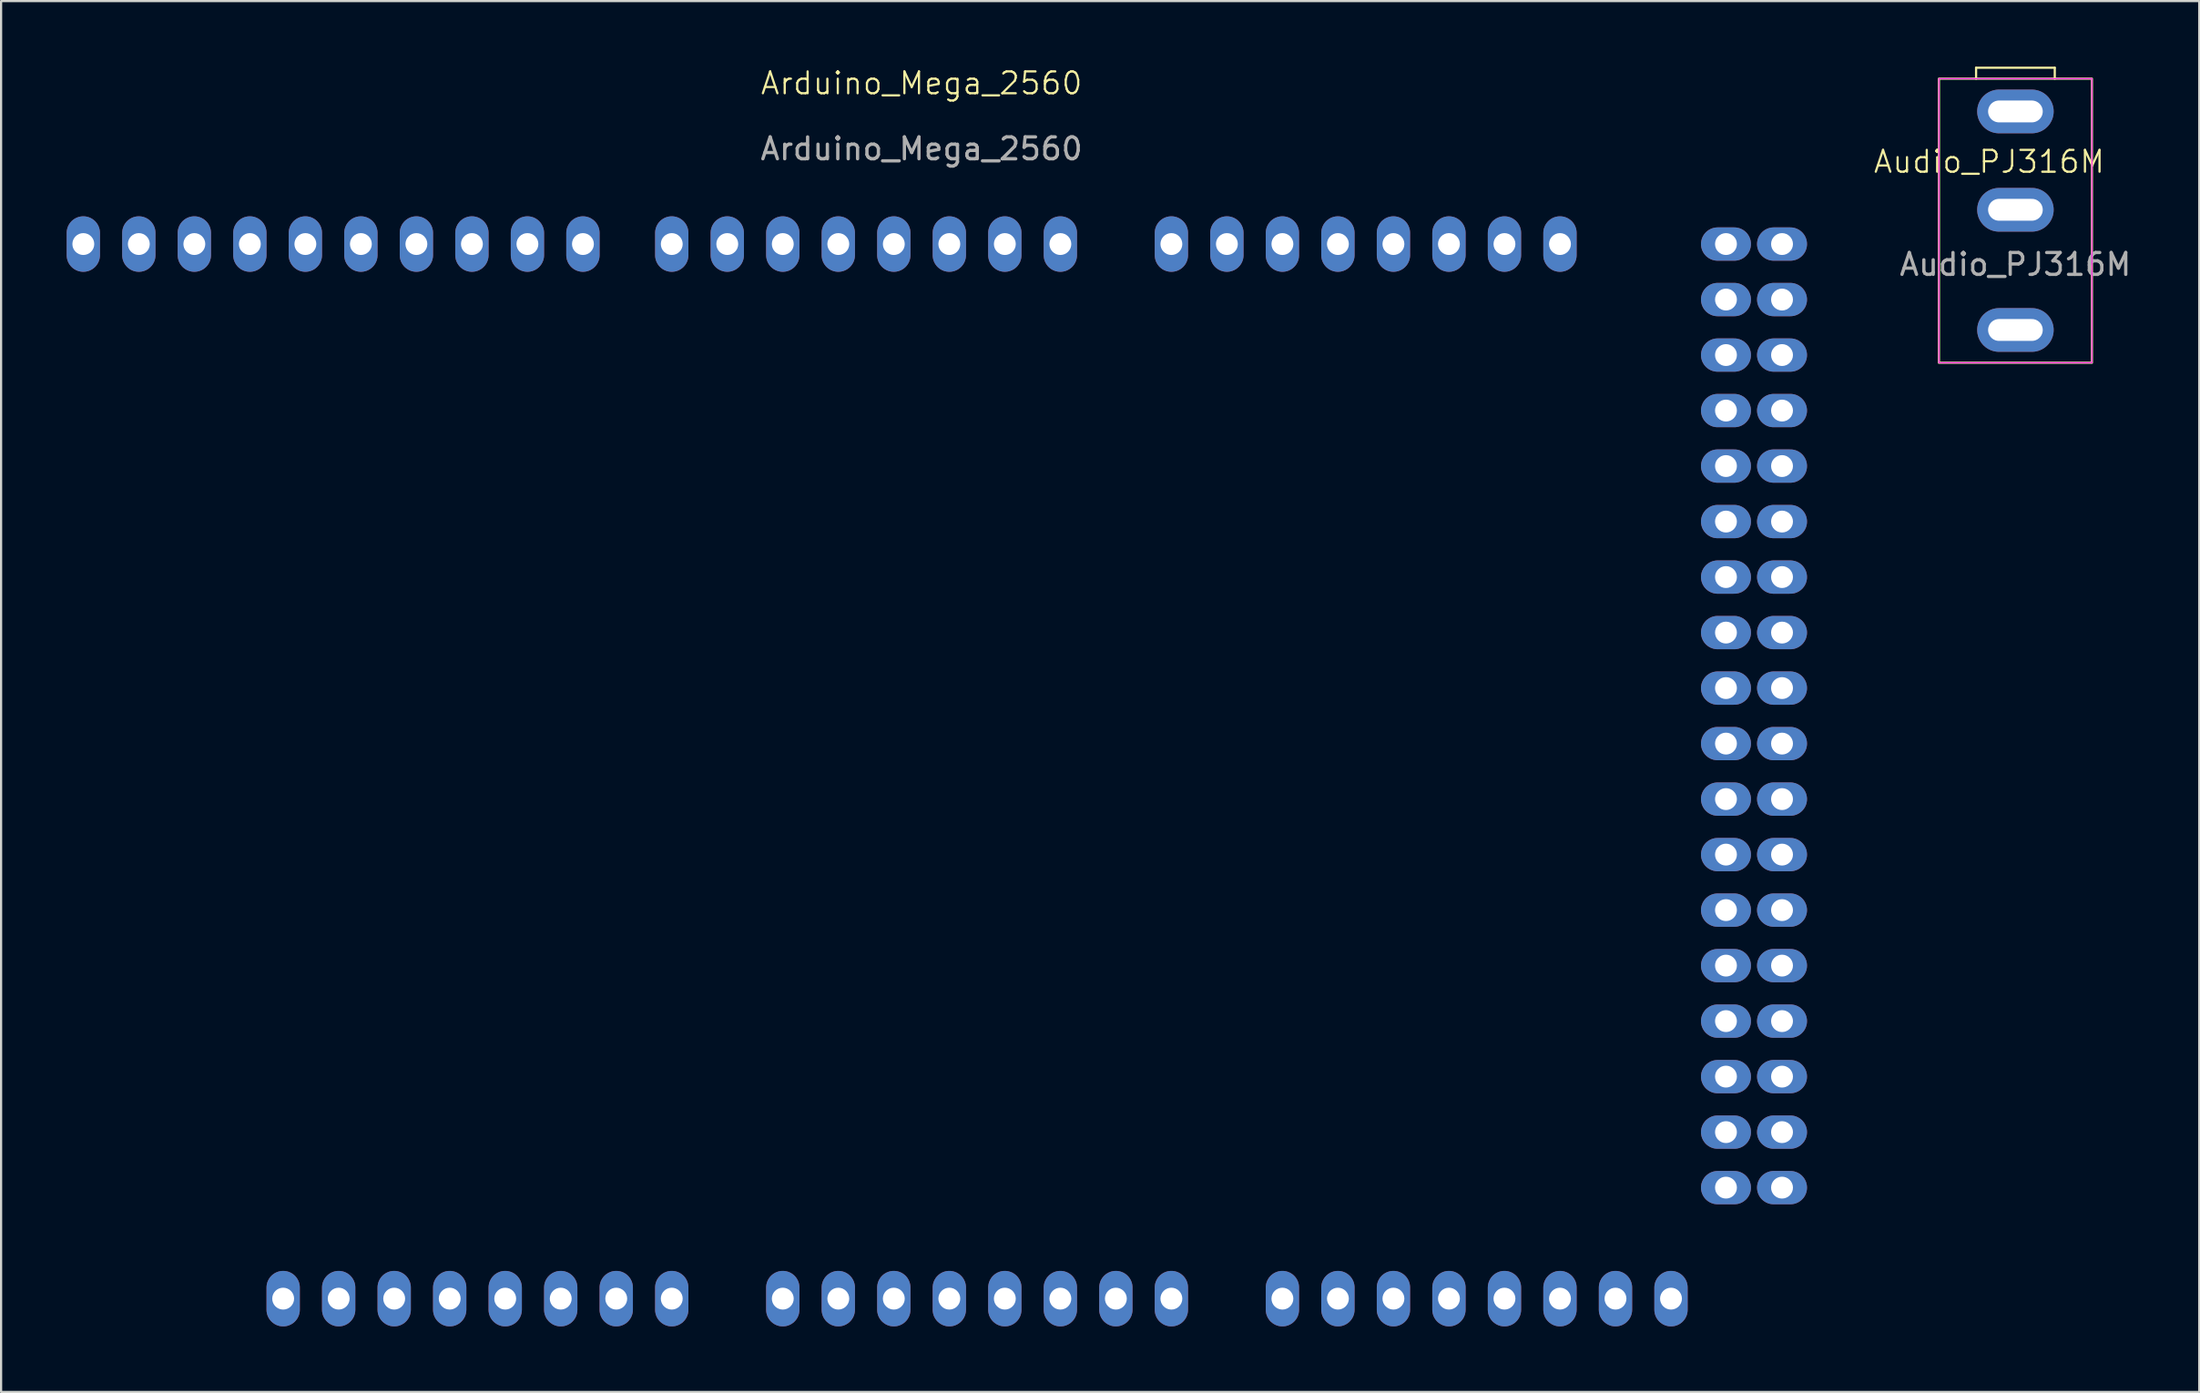
<source format=kicad_pcb>
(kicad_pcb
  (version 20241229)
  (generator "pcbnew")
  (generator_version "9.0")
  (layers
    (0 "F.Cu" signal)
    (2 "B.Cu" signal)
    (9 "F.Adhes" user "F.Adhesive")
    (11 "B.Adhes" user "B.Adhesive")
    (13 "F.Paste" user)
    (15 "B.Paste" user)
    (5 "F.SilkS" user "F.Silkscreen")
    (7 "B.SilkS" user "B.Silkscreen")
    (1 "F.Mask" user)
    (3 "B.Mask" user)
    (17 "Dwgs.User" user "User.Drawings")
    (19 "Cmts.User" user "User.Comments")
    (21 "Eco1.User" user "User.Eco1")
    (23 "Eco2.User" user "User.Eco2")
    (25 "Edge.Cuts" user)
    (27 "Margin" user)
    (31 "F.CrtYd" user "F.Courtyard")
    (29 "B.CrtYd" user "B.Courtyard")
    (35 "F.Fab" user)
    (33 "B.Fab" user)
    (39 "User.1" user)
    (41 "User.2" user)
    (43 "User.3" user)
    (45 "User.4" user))
  (footprint "Audio_PJ316M"
    (layer "F.Cu")
    (at 89.165 6.55)
    (property "Reference" "Audio_PJ316M" (at -1.2 -2.2 0) (unlocked yes) (layer "F.SilkS") (effects (font (size 1 1) (thickness 0.1))))
    (attr through_hole)
    (fp_line (start -1.8 -6.5) (end 1.8 -6.5) (stroke (width 0.1) (type default)) (layer "F.SilkS"))
    (fp_line (start -1.8 -6) (end -1.8 -6.5) (stroke (width 0.1) (type default)) (layer "F.SilkS"))
    (fp_line (start 1.8 -6.5) (end 1.8 -6) (stroke (width 0.1) (type default)) (layer "F.SilkS"))
    (fp_rect (start -3.5 -6) (end 3.5 7) (stroke (width 0.1) (type default)) (fill no) (layer "F.SilkS"))
    (fp_rect (start -3.5 -6) (end 3.5 7) (stroke (width 0.05) (type default)) (fill no) (layer "F.CrtYd"))
    (fp_text user "${REFERENCE}" (at 0 2.5 0) (unlocked yes) (layer "F.Fab") (effects (font (size 1 1) (thickness 0.15))))
    (pad "1" thru_hole oval (at 0 -4.5) (size 3.5 2) (drill oval 2.5 1) (layers "*.Cu" "*.Mask"))
    (pad "2" thru_hole oval (at 0 0) (size 3.5 2) (drill oval 2.5 1) (layers "*.Cu" "*.Mask"))
    (pad "3" thru_hole oval (at 0 5.5) (size 3.5 2) (drill oval 2.5 1) (layers "*.Cu" "*.Mask")))
  (footprint "Arduino_Mega_2560"
    (layer "F.Cu")
    (at 39.116 1.26)
    (property "Reference" "Arduino_Mega_2560" (at 0 -0.5 0) (unlocked yes) (layer "F.SilkS") (effects (font (size 1 1) (thickness 0.1))))
    (attr through_hole)
    (fp_text user "${REFERENCE}" (at 0 2.5 0) (unlocked yes) (layer "F.Fab") (effects (font (size 1 1) (thickness 0.15))))
    (pad "1" thru_hole oval (at -38.354 6.858) (size 1.524 2.54) (drill 1) (layers "*.Cu" "*.Mask"))
    (pad "2" thru_hole oval (at -35.814 6.858) (size 1.524 2.54) (drill 1) (layers "*.Cu" "*.Mask"))
    (pad "3" thru_hole oval (at -33.274 6.858) (size 1.524 2.54) (drill 1) (layers "*.Cu" "*.Mask"))
    (pad "4" thru_hole oval (at -30.734 6.858) (size 1.524 2.54) (drill 1) (layers "*.Cu" "*.Mask"))
    (pad "5" thru_hole oval (at -28.194 6.858) (size 1.524 2.54) (drill 1) (layers "*.Cu" "*.Mask"))
    (pad "6" thru_hole oval (at -25.654 6.858) (size 1.524 2.54) (drill 1) (layers "*.Cu" "*.Mask"))
    (pad "7" thru_hole oval (at -23.114 6.858) (size 1.524 2.54) (drill 1) (layers "*.Cu" "*.Mask"))
    (pad "8" thru_hole oval (at -20.574 6.858) (size 1.524 2.54) (drill 1) (layers "*.Cu" "*.Mask"))
    (pad "9" thru_hole oval (at -18.034 6.858) (size 1.524 2.54) (drill 1) (layers "*.Cu" "*.Mask"))
    (pad "10" thru_hole oval (at -15.494 6.858) (size 1.524 2.54) (drill 1) (layers "*.Cu" "*.Mask"))
    (pad "11" thru_hole oval (at -11.43 6.858) (size 1.524 2.54) (drill 1) (layers "*.Cu" "*.Mask"))
    (pad "12" thru_hole oval (at -8.89 6.858) (size 1.524 2.54) (drill 1) (layers "*.Cu" "*.Mask"))
    (pad "13" thru_hole oval (at -6.35 6.858) (size 1.524 2.54) (drill 1) (layers "*.Cu" "*.Mask"))
    (pad "14" thru_hole oval (at -3.81 6.858) (size 1.524 2.54) (drill 1) (layers "*.Cu" "*.Mask"))
    (pad "15" thru_hole oval (at -1.27 6.858) (size 1.524 2.54) (drill 1) (layers "*.Cu" "*.Mask"))
    (pad "16" thru_hole oval (at 1.27 6.858) (size 1.524 2.54) (drill 1) (layers "*.Cu" "*.Mask"))
    (pad "17" thru_hole oval (at 3.81 6.858) (size 1.524 2.54) (drill 1) (layers "*.Cu" "*.Mask"))
    (pad "18" thru_hole oval (at 6.35 6.858) (size 1.524 2.54) (drill 1) (layers "*.Cu" "*.Mask"))
    (pad "19" thru_hole oval (at 11.43 6.858) (size 1.524 2.54) (drill 1) (layers "*.Cu" "*.Mask"))
    (pad "20" thru_hole oval (at 13.97 6.858) (size 1.524 2.54) (drill 1) (layers "*.Cu" "*.Mask"))
    (pad "21" thru_hole oval (at 16.51 6.858) (size 1.524 2.54) (drill 1) (layers "*.Cu" "*.Mask"))
    (pad "22" thru_hole oval (at 19.05 6.858) (size 1.524 2.54) (drill 1) (layers "*.Cu" "*.Mask"))
    (pad "23" thru_hole oval (at 21.59 6.858) (size 1.524 2.54) (drill 1) (layers "*.Cu" "*.Mask"))
    (pad "24" thru_hole oval (at 24.13 6.858) (size 1.524 2.54) (drill 1) (layers "*.Cu" "*.Mask"))
    (pad "25" thru_hole oval (at 26.67 6.858) (size 1.524 2.54) (drill 1) (layers "*.Cu" "*.Mask"))
    (pad "26" thru_hole oval (at 29.21 6.858) (size 1.524 2.54) (drill 1) (layers "*.Cu" "*.Mask"))
    (pad "27" thru_hole oval (at 36.805 6.858 90) (size 1.524 2.286) (drill 1) (layers "*.Cu" "*.Mask"))
    (pad "28" thru_hole oval (at 39.37 6.858 90) (size 1.524 2.286) (drill 1) (layers "*.Cu" "*.Mask"))
    (pad "29" thru_hole oval (at 36.805 9.398 90) (size 1.524 2.286) (drill 1) (layers "*.Cu" "*.Mask"))
    (pad "30" thru_hole oval (at 39.37 9.398 90) (size 1.524 2.286) (drill 1) (layers "*.Cu" "*.Mask"))
    (pad "31" thru_hole oval (at 36.805 11.938 90) (size 1.524 2.286) (drill 1) (layers "*.Cu" "*.Mask"))
    (pad "32" thru_hole oval (at 39.37 11.938 90) (size 1.524 2.286) (drill 1) (layers "*.Cu" "*.Mask"))
    (pad "33" thru_hole oval (at 36.805 14.478 90) (size 1.524 2.286) (drill 1) (layers "*.Cu" "*.Mask"))
    (pad "34" thru_hole oval (at 39.37 14.478 90) (size 1.524 2.286) (drill 1) (layers "*.Cu" "*.Mask"))
    (pad "35" thru_hole oval (at 36.805 17.018 90) (size 1.524 2.286) (drill 1) (layers "*.Cu" "*.Mask"))
    (pad "36" thru_hole oval (at 39.37 17.018 90) (size 1.524 2.286) (drill 1) (layers "*.Cu" "*.Mask"))
    (pad "37" thru_hole oval (at 36.805 19.558 90) (size 1.524 2.286) (drill 1) (layers "*.Cu" "*.Mask"))
    (pad "38" thru_hole oval (at 39.37 19.558 90) (size 1.524 2.286) (drill 1) (layers "*.Cu" "*.Mask"))
    (pad "39" thru_hole oval (at 36.805 22.098 90) (size 1.524 2.286) (drill 1) (layers "*.Cu" "*.Mask"))
    (pad "40" thru_hole oval (at 39.37 22.098 90) (size 1.524 2.286) (drill 1) (layers "*.Cu" "*.Mask"))
    (pad "41" thru_hole oval (at 36.805 24.638 90) (size 1.524 2.286) (drill 1) (layers "*.Cu" "*.Mask"))
    (pad "42" thru_hole oval (at 39.37 24.638 90) (size 1.524 2.286) (drill 1) (layers "*.Cu" "*.Mask"))
    (pad "43" thru_hole oval (at 36.805 27.178 90) (size 1.524 2.286) (drill 1) (layers "*.Cu" "*.Mask"))
    (pad "44" thru_hole oval (at 39.37 27.178 90) (size 1.524 2.286) (drill 1) (layers "*.Cu" "*.Mask"))
    (pad "45" thru_hole oval (at 36.805 29.718 90) (size 1.524 2.286) (drill 1) (layers "*.Cu" "*.Mask"))
    (pad "46" thru_hole oval (at 39.37 29.718 90) (size 1.524 2.286) (drill 1) (layers "*.Cu" "*.Mask"))
    (pad "47" thru_hole oval (at 36.805 32.258 90) (size 1.524 2.286) (drill 1) (layers "*.Cu" "*.Mask"))
    (pad "48" thru_hole oval (at 39.37 32.258 90) (size 1.524 2.286) (drill 1) (layers "*.Cu" "*.Mask"))
    (pad "49" thru_hole oval (at 36.805 34.798 90) (size 1.524 2.286) (drill 1) (layers "*.Cu" "*.Mask"))
    (pad "50" thru_hole oval (at 39.37 34.798 90) (size 1.524 2.286) (drill 1) (layers "*.Cu" "*.Mask"))
    (pad "51" thru_hole oval (at 36.805 37.338 90) (size 1.524 2.286) (drill 1) (layers "*.Cu" "*.Mask"))
    (pad "52" thru_hole oval (at 39.37 37.338 90) (size 1.524 2.286) (drill 1) (layers "*.Cu" "*.Mask"))
    (pad "53" thru_hole oval (at 36.805 39.878 90) (size 1.524 2.286) (drill 1) (layers "*.Cu" "*.Mask"))
    (pad "54" thru_hole oval (at 39.37 39.878 90) (size 1.524 2.286) (drill 1) (layers "*.Cu" "*.Mask"))
    (pad "55" thru_hole oval (at 36.805 42.418 90) (size 1.524 2.286) (drill 1) (layers "*.Cu" "*.Mask"))
    (pad "56" thru_hole oval (at 39.37 42.418 90) (size 1.524 2.286) (drill 1) (layers "*.Cu" "*.Mask"))
    (pad "57" thru_hole oval (at 36.805 44.958 90) (size 1.524 2.286) (drill 1) (layers "*.Cu" "*.Mask"))
    (pad "58" thru_hole oval (at 39.37 44.958 90) (size 1.524 2.286) (drill 1) (layers "*.Cu" "*.Mask"))
    (pad "59" thru_hole oval (at 36.805 47.498 90) (size 1.524 2.286) (drill 1) (layers "*.Cu" "*.Mask"))
    (pad "60" thru_hole oval (at 39.37 47.498 90) (size 1.524 2.286) (drill 1) (layers "*.Cu" "*.Mask"))
    (pad "61" thru_hole oval (at 36.805 50.038 90) (size 1.524 2.286) (drill 1) (layers "*.Cu" "*.Mask"))
    (pad "62" thru_hole oval (at 39.37 50.038 90) (size 1.524 2.286) (drill 1) (layers "*.Cu" "*.Mask"))
    (pad "63" thru_hole oval (at 34.29 55.118 180) (size 1.524 2.54) (drill 1) (layers "*.Cu" "*.Mask"))
    (pad "64" thru_hole oval (at 31.75 55.118 180) (size 1.524 2.54) (drill 1) (layers "*.Cu" "*.Mask"))
    (pad "65" thru_hole oval (at 29.21 55.118 180) (size 1.524 2.54) (drill 1) (layers "*.Cu" "*.Mask"))
    (pad "66" thru_hole oval (at 26.67 55.118 180) (size 1.524 2.54) (drill 1) (layers "*.Cu" "*.Mask"))
    (pad "67" thru_hole oval (at 24.13 55.118 180) (size 1.524 2.54) (drill 1) (layers "*.Cu" "*.Mask"))
    (pad "68" thru_hole oval (at 21.59 55.118 180) (size 1.524 2.54) (drill 1) (layers "*.Cu" "*.Mask"))
    (pad "69" thru_hole oval (at 19.05 55.118 180) (size 1.524 2.54) (drill 1) (layers "*.Cu" "*.Mask"))
    (pad "70" thru_hole oval (at 16.51 55.118 180) (size 1.524 2.54) (drill 1) (layers "*.Cu" "*.Mask"))
    (pad "71" thru_hole oval (at 11.43 55.118 180) (size 1.524 2.54) (drill 1) (layers "*.Cu" "*.Mask"))
    (pad "72" thru_hole oval (at 8.89 55.118 180) (size 1.524 2.54) (drill 1) (layers "*.Cu" "*.Mask"))
    (pad "73" thru_hole oval (at 6.35 55.118 180) (size 1.524 2.54) (drill 1) (layers "*.Cu" "*.Mask"))
    (pad "74" thru_hole oval (at 3.81 55.118 180) (size 1.524 2.54) (drill 1) (layers "*.Cu" "*.Mask"))
    (pad "75" thru_hole oval (at 1.27 55.118 180) (size 1.524 2.54) (drill 1) (layers "*.Cu" "*.Mask"))
    (pad "76" thru_hole oval (at -1.27 55.118 180) (size 1.524 2.54) (drill 1) (layers "*.Cu" "*.Mask"))
    (pad "77" thru_hole oval (at -3.81 55.118 180) (size 1.524 2.54) (drill 1) (layers "*.Cu" "*.Mask"))
    (pad "78" thru_hole oval (at -6.35 55.118 180) (size 1.524 2.54) (drill 1) (layers "*.Cu" "*.Mask"))
    (pad "79" thru_hole oval (at -11.43 55.118 180) (size 1.524 2.54) (drill 1) (layers "*.Cu" "*.Mask"))
    (pad "80" thru_hole oval (at -13.97 55.118 180) (size 1.524 2.54) (drill 1) (layers "*.Cu" "*.Mask"))
    (pad "81" thru_hole oval (at -16.51 55.118 180) (size 1.524 2.54) (drill 1) (layers "*.Cu" "*.Mask"))
    (pad "82" thru_hole oval (at -19.05 55.118 180) (size 1.524 2.54) (drill 1) (layers "*.Cu" "*.Mask"))
    (pad "83" thru_hole oval (at -21.59 55.118 180) (size 1.524 2.54) (drill 1) (layers "*.Cu" "*.Mask"))
    (pad "84" thru_hole oval (at -24.13 55.118 180) (size 1.524 2.54) (drill 1) (layers "*.Cu" "*.Mask"))
    (pad "85" thru_hole oval (at -26.67 55.118 180) (size 1.524 2.54) (drill 1) (layers "*.Cu" "*.Mask"))
    (pad "86" thru_hole oval (at -29.21 55.118 180) (size 1.524 2.54) (drill 1) (layers "*.Cu" "*.Mask")))
  (gr_rect
    (start -3 -3)
    (end 97.575 60.648)
    (stroke (width 0.1) (type default))
    (fill no)
    (layer "Edge.Cuts")))
</source>
